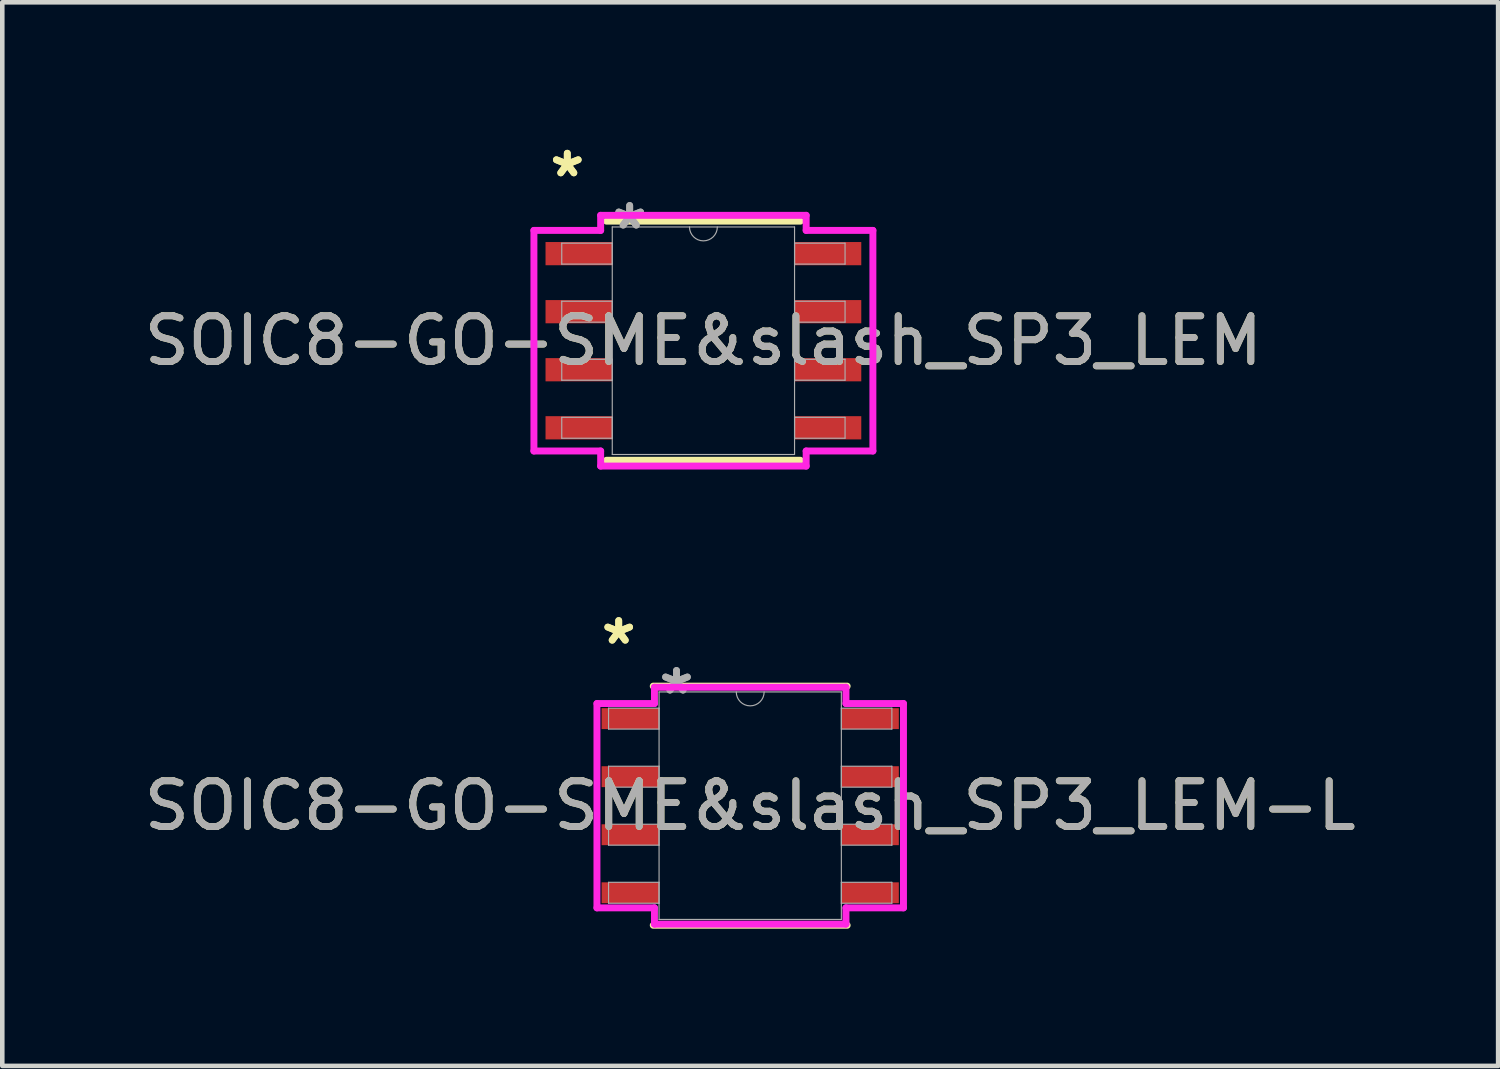
<source format=kicad_pcb>
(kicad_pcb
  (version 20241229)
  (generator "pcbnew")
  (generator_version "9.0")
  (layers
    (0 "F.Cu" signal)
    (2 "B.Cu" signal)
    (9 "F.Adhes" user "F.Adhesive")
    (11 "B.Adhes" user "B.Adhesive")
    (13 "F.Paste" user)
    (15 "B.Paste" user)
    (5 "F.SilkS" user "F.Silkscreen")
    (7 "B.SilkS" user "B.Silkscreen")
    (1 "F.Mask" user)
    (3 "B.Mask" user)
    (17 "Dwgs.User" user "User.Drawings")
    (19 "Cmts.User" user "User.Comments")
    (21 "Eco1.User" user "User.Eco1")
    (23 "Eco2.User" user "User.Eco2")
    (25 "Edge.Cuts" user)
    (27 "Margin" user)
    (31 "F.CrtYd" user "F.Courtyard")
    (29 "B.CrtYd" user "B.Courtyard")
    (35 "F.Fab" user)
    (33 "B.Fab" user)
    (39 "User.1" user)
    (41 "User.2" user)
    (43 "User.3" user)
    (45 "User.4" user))
  (footprint "SOIC8-GO-SME&slash_SP3_LEM-L"
    (layer "F.Cu")
    (at 13.363 14.577)
    (property "Reference" "SOIC8-GO-SME&slash_SP3_LEM-L" (at 0 0 0) (unlocked yes) (layer "F.SilkS") (effects (font (size 1 1) (thickness 0.15))))
    (attr smd)
    (fp_line (start -2.121 2.616) (end 2.121 2.616) (stroke (width 0.152) (type solid)) (layer "F.SilkS"))
    (fp_line (start 2.121 -2.616) (end -2.121 -2.616) (stroke (width 0.152) (type solid)) (layer "F.SilkS"))
    (fp_line (start -3.353 -2.235) (end -2.095 -2.235) (stroke (width 0.152) (type solid)) (layer "F.CrtYd"))
    (fp_line (start -3.353 2.235) (end -3.353 -2.235) (stroke (width 0.152) (type solid)) (layer "F.CrtYd"))
    (fp_line (start -3.353 2.235) (end -2.095 2.235) (stroke (width 0.152) (type solid)) (layer "F.CrtYd"))
    (fp_line (start -2.095 -2.591) (end 2.095 -2.591) (stroke (width 0.152) (type solid)) (layer "F.CrtYd"))
    (fp_line (start -2.095 -2.235) (end -2.095 -2.591) (stroke (width 0.152) (type solid)) (layer "F.CrtYd"))
    (fp_line (start -2.095 2.591) (end -2.095 2.235) (stroke (width 0.152) (type solid)) (layer "F.CrtYd"))
    (fp_line (start 2.095 -2.591) (end 2.095 -2.235) (stroke (width 0.152) (type solid)) (layer "F.CrtYd"))
    (fp_line (start 2.095 2.235) (end 2.095 2.591) (stroke (width 0.152) (type solid)) (layer "F.CrtYd"))
    (fp_line (start 2.095 2.591) (end -2.095 2.591) (stroke (width 0.152) (type solid)) (layer "F.CrtYd"))
    (fp_line (start 3.353 -2.235) (end 2.095 -2.235) (stroke (width 0.152) (type solid)) (layer "F.CrtYd"))
    (fp_line (start 3.353 -2.235) (end 3.353 2.235) (stroke (width 0.152) (type solid)) (layer "F.CrtYd"))
    (fp_line (start 3.353 2.235) (end 2.095 2.235) (stroke (width 0.152) (type solid)) (layer "F.CrtYd"))
    (fp_line (start -3.099 -2.134) (end -3.099 -1.676) (stroke (width 0.025) (type solid)) (layer "F.Fab"))
    (fp_line (start -3.099 -1.676) (end -1.994 -1.676) (stroke (width 0.025) (type solid)) (layer "F.Fab"))
    (fp_line (start -3.099 -0.864) (end -3.099 -0.406) (stroke (width 0.025) (type solid)) (layer "F.Fab"))
    (fp_line (start -3.099 -0.406) (end -1.994 -0.406) (stroke (width 0.025) (type solid)) (layer "F.Fab"))
    (fp_line (start -3.099 0.406) (end -3.099 0.864) (stroke (width 0.025) (type solid)) (layer "F.Fab"))
    (fp_line (start -3.099 0.864) (end -1.994 0.864) (stroke (width 0.025) (type solid)) (layer "F.Fab"))
    (fp_line (start -3.099 1.676) (end -3.099 2.134) (stroke (width 0.025) (type solid)) (layer "F.Fab"))
    (fp_line (start -3.099 2.134) (end -1.994 2.134) (stroke (width 0.025) (type solid)) (layer "F.Fab"))
    (fp_line (start -1.994 -2.489) (end -1.994 2.489) (stroke (width 0.025) (type solid)) (layer "F.Fab"))
    (fp_line (start -1.994 -2.134) (end -3.099 -2.134) (stroke (width 0.025) (type solid)) (layer "F.Fab"))
    (fp_line (start -1.994 -1.676) (end -1.994 -2.134) (stroke (width 0.025) (type solid)) (layer "F.Fab"))
    (fp_line (start -1.994 -0.864) (end -3.099 -0.864) (stroke (width 0.025) (type solid)) (layer "F.Fab"))
    (fp_line (start -1.994 -0.406) (end -1.994 -0.864) (stroke (width 0.025) (type solid)) (layer "F.Fab"))
    (fp_line (start -1.994 0.406) (end -3.099 0.406) (stroke (width 0.025) (type solid)) (layer "F.Fab"))
    (fp_line (start -1.994 0.864) (end -1.994 0.406) (stroke (width 0.025) (type solid)) (layer "F.Fab"))
    (fp_line (start -1.994 1.676) (end -3.099 1.676) (stroke (width 0.025) (type solid)) (layer "F.Fab"))
    (fp_line (start -1.994 2.134) (end -1.994 1.676) (stroke (width 0.025) (type solid)) (layer "F.Fab"))
    (fp_line (start -1.994 2.489) (end 1.994 2.489) (stroke (width 0.025) (type solid)) (layer "F.Fab"))
    (fp_line (start 1.994 -2.489) (end -1.994 -2.489) (stroke (width 0.025) (type solid)) (layer "F.Fab"))
    (fp_line (start 1.994 -2.134) (end 1.994 -1.676) (stroke (width 0.025) (type solid)) (layer "F.Fab"))
    (fp_line (start 1.994 -1.676) (end 3.099 -1.676) (stroke (width 0.025) (type solid)) (layer "F.Fab"))
    (fp_line (start 1.994 -0.864) (end 1.994 -0.406) (stroke (width 0.025) (type solid)) (layer "F.Fab"))
    (fp_line (start 1.994 -0.406) (end 3.099 -0.406) (stroke (width 0.025) (type solid)) (layer "F.Fab"))
    (fp_line (start 1.994 0.406) (end 1.994 0.864) (stroke (width 0.025) (type solid)) (layer "F.Fab"))
    (fp_line (start 1.994 0.864) (end 3.099 0.864) (stroke (width 0.025) (type solid)) (layer "F.Fab"))
    (fp_line (start 1.994 1.676) (end 1.994 2.134) (stroke (width 0.025) (type solid)) (layer "F.Fab"))
    (fp_line (start 1.994 2.134) (end 3.099 2.134) (stroke (width 0.025) (type solid)) (layer "F.Fab"))
    (fp_line (start 1.994 2.489) (end 1.994 -2.489) (stroke (width 0.025) (type solid)) (layer "F.Fab"))
    (fp_line (start 3.099 -2.134) (end 1.994 -2.134) (stroke (width 0.025) (type solid)) (layer "F.Fab"))
    (fp_line (start 3.099 -1.676) (end 3.099 -2.134) (stroke (width 0.025) (type solid)) (layer "F.Fab"))
    (fp_line (start 3.099 -0.864) (end 1.994 -0.864) (stroke (width 0.025) (type solid)) (layer "F.Fab"))
    (fp_line (start 3.099 -0.406) (end 3.099 -0.864) (stroke (width 0.025) (type solid)) (layer "F.Fab"))
    (fp_line (start 3.099 0.406) (end 1.994 0.406) (stroke (width 0.025) (type solid)) (layer "F.Fab"))
    (fp_line (start 3.099 0.864) (end 3.099 0.406) (stroke (width 0.025) (type solid)) (layer "F.Fab"))
    (fp_line (start 3.099 1.676) (end 1.994 1.676) (stroke (width 0.025) (type solid)) (layer "F.Fab"))
    (fp_line (start 3.099 2.134) (end 3.099 1.676) (stroke (width 0.025) (type solid)) (layer "F.Fab"))
    (fp_arc (start 0.3048 -2.4892) (mid 0 -2.1844) (end -0.3048 -2.4892) (stroke (width 0.0254) (type solid)) (layer "F.Fab"))
    (fp_text user "*" (at -2.877 -3.505 0) (layer "F.SilkS") (effects (font (size 1 1) (thickness 0.15))))
    (fp_text user "*" (at -2.877 -3.505 0) (unlocked yes) (layer "F.SilkS") (effects (font (size 1 1) (thickness 0.15))))
    (fp_text user "*" (at -1.613 -2.413 0) (unlocked yes) (layer "F.Fab") (effects (font (size 1 1) (thickness 0.15))))
    (fp_text user "${REFERENCE}" (at 0 0 0) (unlocked yes) (layer "F.Fab") (effects (font (size 1 1) (thickness 0.15))))
    (fp_text user "*" (at -1.613 -2.413 0) (layer "F.Fab") (effects (font (size 1 1) (thickness 0.15))))
    (pad "1" smd rect (at -2.623 -1.905) (size 1.257 0.457) (layers "F.Cu" "F.Mask" "F.Paste"))
    (pad "2" smd rect (at -2.623 -0.635) (size 1.257 0.457) (layers "F.Cu" "F.Mask" "F.Paste"))
    (pad "3" smd rect (at -2.623 0.635) (size 1.257 0.457) (layers "F.Cu" "F.Mask" "F.Paste"))
    (pad "4" smd rect (at -2.623 1.905) (size 1.257 0.457) (layers "F.Cu" "F.Mask" "F.Paste"))
    (pad "5" smd rect (at 2.623 1.905) (size 1.257 0.457) (layers "F.Cu" "F.Mask" "F.Paste"))
    (pad "6" smd rect (at 2.623 0.635) (size 1.257 0.457) (layers "F.Cu" "F.Mask" "F.Paste"))
    (pad "7" smd rect (at 2.623 -0.635) (size 1.257 0.457) (layers "F.Cu" "F.Mask" "F.Paste"))
    (pad "8" smd rect (at 2.623 -1.905) (size 1.257 0.457) (layers "F.Cu" "F.Mask" "F.Paste")))
  (footprint "SOIC8-GO-SME&slash_SP3_LEM"
    (layer "F.Cu")
    (at 12.339 4.404)
    (property "Reference" "SOIC8-GO-SME&slash_SP3_LEM" (at 0 0 0) (unlocked yes) (layer "F.SilkS") (effects (font (size 1 1) (thickness 0.15))))
    (attr smd)
    (fp_line (start -2.121 2.616) (end 2.121 2.616) (stroke (width 0.152) (type solid)) (layer "F.SilkS"))
    (fp_line (start 2.121 -2.616) (end -2.121 -2.616) (stroke (width 0.152) (type solid)) (layer "F.SilkS"))
    (fp_line (start -3.708 -2.413) (end -2.248 -2.413) (stroke (width 0.152) (type solid)) (layer "F.CrtYd"))
    (fp_line (start -3.708 2.413) (end -3.708 -2.413) (stroke (width 0.152) (type solid)) (layer "F.CrtYd"))
    (fp_line (start -3.708 2.413) (end -2.248 2.413) (stroke (width 0.152) (type solid)) (layer "F.CrtYd"))
    (fp_line (start -2.248 -2.743) (end 2.248 -2.743) (stroke (width 0.152) (type solid)) (layer "F.CrtYd"))
    (fp_line (start -2.248 -2.413) (end -2.248 -2.743) (stroke (width 0.152) (type solid)) (layer "F.CrtYd"))
    (fp_line (start -2.248 2.743) (end -2.248 2.413) (stroke (width 0.152) (type solid)) (layer "F.CrtYd"))
    (fp_line (start 2.248 -2.743) (end 2.248 -2.413) (stroke (width 0.152) (type solid)) (layer "F.CrtYd"))
    (fp_line (start 2.248 2.413) (end 2.248 2.743) (stroke (width 0.152) (type solid)) (layer "F.CrtYd"))
    (fp_line (start 2.248 2.743) (end -2.248 2.743) (stroke (width 0.152) (type solid)) (layer "F.CrtYd"))
    (fp_line (start 3.708 -2.413) (end 2.248 -2.413) (stroke (width 0.152) (type solid)) (layer "F.CrtYd"))
    (fp_line (start 3.708 -2.413) (end 3.708 2.413) (stroke (width 0.152) (type solid)) (layer "F.CrtYd"))
    (fp_line (start 3.708 2.413) (end 2.248 2.413) (stroke (width 0.152) (type solid)) (layer "F.CrtYd"))
    (fp_line (start -3.099 -2.134) (end -3.099 -1.676) (stroke (width 0.025) (type solid)) (layer "F.Fab"))
    (fp_line (start -3.099 -1.676) (end -1.994 -1.676) (stroke (width 0.025) (type solid)) (layer "F.Fab"))
    (fp_line (start -3.099 -0.864) (end -3.099 -0.406) (stroke (width 0.025) (type solid)) (layer "F.Fab"))
    (fp_line (start -3.099 -0.406) (end -1.994 -0.406) (stroke (width 0.025) (type solid)) (layer "F.Fab"))
    (fp_line (start -3.099 0.406) (end -3.099 0.864) (stroke (width 0.025) (type solid)) (layer "F.Fab"))
    (fp_line (start -3.099 0.864) (end -1.994 0.864) (stroke (width 0.025) (type solid)) (layer "F.Fab"))
    (fp_line (start -3.099 1.676) (end -3.099 2.134) (stroke (width 0.025) (type solid)) (layer "F.Fab"))
    (fp_line (start -3.099 2.134) (end -1.994 2.134) (stroke (width 0.025) (type solid)) (layer "F.Fab"))
    (fp_line (start -1.994 -2.489) (end -1.994 2.489) (stroke (width 0.025) (type solid)) (layer "F.Fab"))
    (fp_line (start -1.994 -2.134) (end -3.099 -2.134) (stroke (width 0.025) (type solid)) (layer "F.Fab"))
    (fp_line (start -1.994 -1.676) (end -1.994 -2.134) (stroke (width 0.025) (type solid)) (layer "F.Fab"))
    (fp_line (start -1.994 -0.864) (end -3.099 -0.864) (stroke (width 0.025) (type solid)) (layer "F.Fab"))
    (fp_line (start -1.994 -0.406) (end -1.994 -0.864) (stroke (width 0.025) (type solid)) (layer "F.Fab"))
    (fp_line (start -1.994 0.406) (end -3.099 0.406) (stroke (width 0.025) (type solid)) (layer "F.Fab"))
    (fp_line (start -1.994 0.864) (end -1.994 0.406) (stroke (width 0.025) (type solid)) (layer "F.Fab"))
    (fp_line (start -1.994 1.676) (end -3.099 1.676) (stroke (width 0.025) (type solid)) (layer "F.Fab"))
    (fp_line (start -1.994 2.134) (end -1.994 1.676) (stroke (width 0.025) (type solid)) (layer "F.Fab"))
    (fp_line (start -1.994 2.489) (end 1.994 2.489) (stroke (width 0.025) (type solid)) (layer "F.Fab"))
    (fp_line (start 1.994 -2.489) (end -1.994 -2.489) (stroke (width 0.025) (type solid)) (layer "F.Fab"))
    (fp_line (start 1.994 -2.134) (end 1.994 -1.676) (stroke (width 0.025) (type solid)) (layer "F.Fab"))
    (fp_line (start 1.994 -1.676) (end 3.099 -1.676) (stroke (width 0.025) (type solid)) (layer "F.Fab"))
    (fp_line (start 1.994 -0.864) (end 1.994 -0.406) (stroke (width 0.025) (type solid)) (layer "F.Fab"))
    (fp_line (start 1.994 -0.406) (end 3.099 -0.406) (stroke (width 0.025) (type solid)) (layer "F.Fab"))
    (fp_line (start 1.994 0.406) (end 1.994 0.864) (stroke (width 0.025) (type solid)) (layer "F.Fab"))
    (fp_line (start 1.994 0.864) (end 3.099 0.864) (stroke (width 0.025) (type solid)) (layer "F.Fab"))
    (fp_line (start 1.994 1.676) (end 1.994 2.134) (stroke (width 0.025) (type solid)) (layer "F.Fab"))
    (fp_line (start 1.994 2.134) (end 3.099 2.134) (stroke (width 0.025) (type solid)) (layer "F.Fab"))
    (fp_line (start 1.994 2.489) (end 1.994 -2.489) (stroke (width 0.025) (type solid)) (layer "F.Fab"))
    (fp_line (start 3.099 -2.134) (end 1.994 -2.134) (stroke (width 0.025) (type solid)) (layer "F.Fab"))
    (fp_line (start 3.099 -1.676) (end 3.099 -2.134) (stroke (width 0.025) (type solid)) (layer "F.Fab"))
    (fp_line (start 3.099 -0.864) (end 1.994 -0.864) (stroke (width 0.025) (type solid)) (layer "F.Fab"))
    (fp_line (start 3.099 -0.406) (end 3.099 -0.864) (stroke (width 0.025) (type solid)) (layer "F.Fab"))
    (fp_line (start 3.099 0.406) (end 1.994 0.406) (stroke (width 0.025) (type solid)) (layer "F.Fab"))
    (fp_line (start 3.099 0.864) (end 3.099 0.406) (stroke (width 0.025) (type solid)) (layer "F.Fab"))
    (fp_line (start 3.099 1.676) (end 1.994 1.676) (stroke (width 0.025) (type solid)) (layer "F.Fab"))
    (fp_line (start 3.099 2.134) (end 3.099 1.676) (stroke (width 0.025) (type solid)) (layer "F.Fab"))
    (fp_arc (start 0.3048 -2.4892) (mid 0 -2.1844) (end -0.3048 -2.4892) (stroke (width 0.0254) (type solid)) (layer "F.Fab"))
    (fp_text user "*" (at -2.978 -3.556 0) (layer "F.SilkS") (effects (font (size 1 1) (thickness 0.15))))
    (fp_text user "*" (at -2.978 -3.556 0) (unlocked yes) (layer "F.SilkS") (effects (font (size 1 1) (thickness 0.15))))
    (fp_text user "*" (at -1.613 -2.413 0) (layer "F.Fab") (effects (font (size 1 1) (thickness 0.15))))
    (fp_text user "*" (at -1.613 -2.413 0) (unlocked yes) (layer "F.Fab") (effects (font (size 1 1) (thickness 0.15))))
    (fp_text user "${REFERENCE}" (at 0 0 0) (unlocked yes) (layer "F.Fab") (effects (font (size 1 1) (thickness 0.15))))
    (pad "1" smd rect (at -2.724 -1.905) (size 1.46 0.508) (layers "F.Cu" "F.Mask" "F.Paste"))
    (pad "2" smd rect (at -2.724 -0.635) (size 1.46 0.508) (layers "F.Cu" "F.Mask" "F.Paste"))
    (pad "3" smd rect (at -2.724 0.635) (size 1.46 0.508) (layers "F.Cu" "F.Mask" "F.Paste"))
    (pad "4" smd rect (at -2.724 1.905) (size 1.46 0.508) (layers "F.Cu" "F.Mask" "F.Paste"))
    (pad "5" smd rect (at 2.724 1.905) (size 1.46 0.508) (layers "F.Cu" "F.Mask" "F.Paste"))
    (pad "6" smd rect (at 2.724 0.635) (size 1.46 0.508) (layers "F.Cu" "F.Mask" "F.Paste"))
    (pad "7" smd rect (at 2.724 -0.635) (size 1.46 0.508) (layers "F.Cu" "F.Mask" "F.Paste"))
    (pad "8" smd rect (at 2.724 -1.905) (size 1.46 0.508) (layers "F.Cu" "F.Mask" "F.Paste")))
  (gr_rect
    (start -3 -3)
    (end 29.726 20.27)
    (stroke (width 0.1) (type default))
    (fill no)
    (layer "Edge.Cuts")))
</source>
